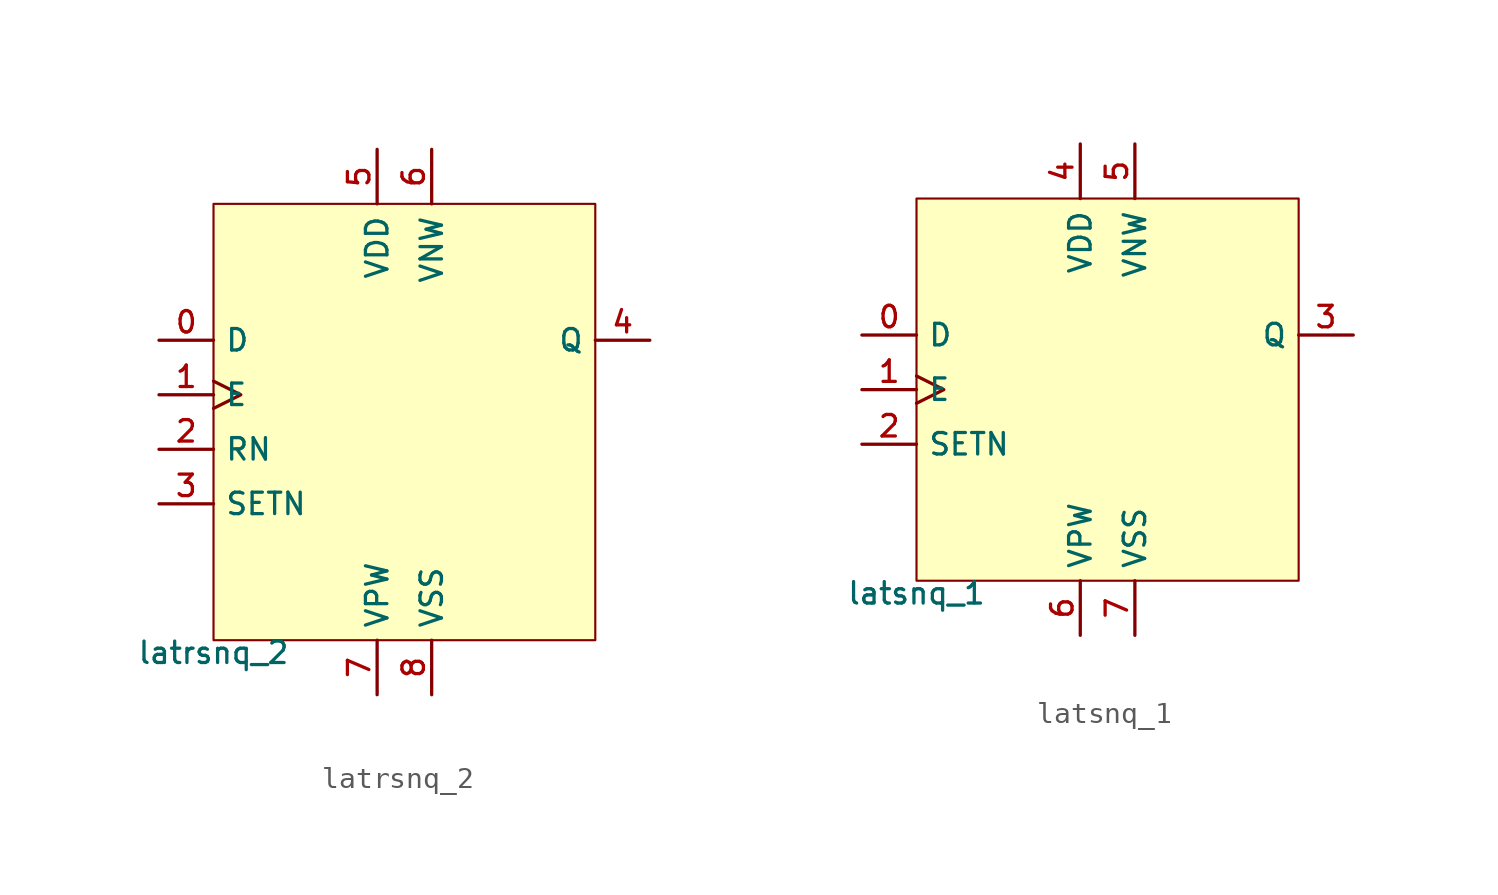
<source format=kicad_sym>
(kicad_symbol_lib
  (version 20211014)
  (generator pdk2kicad)
  (symbol "latrsnq_2"
    (property "Reference" "X"
      (at 0 0 0)
      (effects (font (size 1 1)) hide))
    (property "Value" "latrsnq_2"
      (at -8.89 -10.16 0)
      (effects (font (size 1 1)) (justify top)))
    (rectangle
      (start -8.89 -10.16)
      (end 8.89 10.16)
      (stroke (width 0.1) (type solid) (color 0 0 0 0))
      (fill (type background)))
    (pin input line
      (at -11.43 3.81 0)
      (length 2.54)
      (name "D" (effects (font (size 1 1)) hide))
      (number "0" (effects (font (size 1 1)) hide)))
    (pin input clock
      (at -11.43 1.27 0)
      (length 2.54)
      (name "E" (effects (font (size 1 1)) hide))
      (number "1" (effects (font (size 1 1)) hide)))
    (pin input line
      (at -11.43 -1.27 0)
      (length 2.54)
      (name "RN" (effects (font (size 1 1)) hide))
      (number "2" (effects (font (size 1 1)) hide)))
    (pin input line
      (at -11.43 -3.81 0)
      (length 2.54)
      (name "SETN" (effects (font (size 1 1)) hide))
      (number "3" (effects (font (size 1 1)) hide)))
    (pin output line
      (at 11.43 3.81 180)
      (length 2.54)
      (name "Q" (effects (font (size 1 1)) hide))
      (number "4" (effects (font (size 1 1)) hide)))
    (pin power_in line
      (at -1.27 12.7 270)
      (length 2.54)
      (name "VDD" (effects (font (size 1 1)) hide))
      (number "5" (effects (font (size 1 1)) hide)))
    (pin power_in line
      (at 1.27 12.7 270)
      (length 2.54)
      (name "VNW" (effects (font (size 1 1)) hide))
      (number "6" (effects (font (size 1 1)) hide)))
    (pin power_in line
      (at -1.27 -12.7 90)
      (length 2.54)
      (name "VPW" (effects (font (size 1 1)) hide))
      (number "7" (effects (font (size 1 1)) hide)))
    (pin power_in line
      (at 1.27 -12.7 90)
      (length 2.54)
      (name "VSS" (effects (font (size 1 1)) hide))
      (number "8" (effects (font (size 1 1)) hide))))
  (symbol "latsnq_1"
    (property "Reference" "X"
      (at 0 0 0)
      (effects (font (size 1 1)) hide))
    (property "Value" "latsnq_1"
      (at -8.89 -8.89 0)
      (effects (font (size 1 1)) (justify top)))
    (rectangle
      (start -8.89 -8.89)
      (end 8.89 8.89)
      (stroke (width 0.1) (type solid) (color 0 0 0 0))
      (fill (type background)))
    (pin input line
      (at -11.43 2.54 0)
      (length 2.54)
      (name "D" (effects (font (size 1 1)) hide))
      (number "0" (effects (font (size 1 1)) hide)))
    (pin input clock
      (at -11.43 4.440892098500626e-16 0)
      (length 2.54)
      (name "E" (effects (font (size 1 1)) hide))
      (number "1" (effects (font (size 1 1)) hide)))
    (pin input line
      (at -11.43 -2.54 0)
      (length 2.54)
      (name "SETN" (effects (font (size 1 1)) hide))
      (number "2" (effects (font (size 1 1)) hide)))
    (pin output line
      (at 11.43 2.54 180)
      (length 2.54)
      (name "Q" (effects (font (size 1 1)) hide))
      (number "3" (effects (font (size 1 1)) hide)))
    (pin power_in line
      (at -1.27 11.43 270)
      (length 2.54)
      (name "VDD" (effects (font (size 1 1)) hide))
      (number "4" (effects (font (size 1 1)) hide)))
    (pin power_in line
      (at 1.27 11.43 270)
      (length 2.54)
      (name "VNW" (effects (font (size 1 1)) hide))
      (number "5" (effects (font (size 1 1)) hide)))
    (pin power_in line
      (at -1.27 -11.43 90)
      (length 2.54)
      (name "VPW" (effects (font (size 1 1)) hide))
      (number "6" (effects (font (size 1 1)) hide)))
    (pin power_in line
      (at 1.27 -11.43 90)
      (length 2.54)
      (name "VSS" (effects (font (size 1 1)) hide))
      (number "7" (effects (font (size 1 1)) hide)))))
</source>
